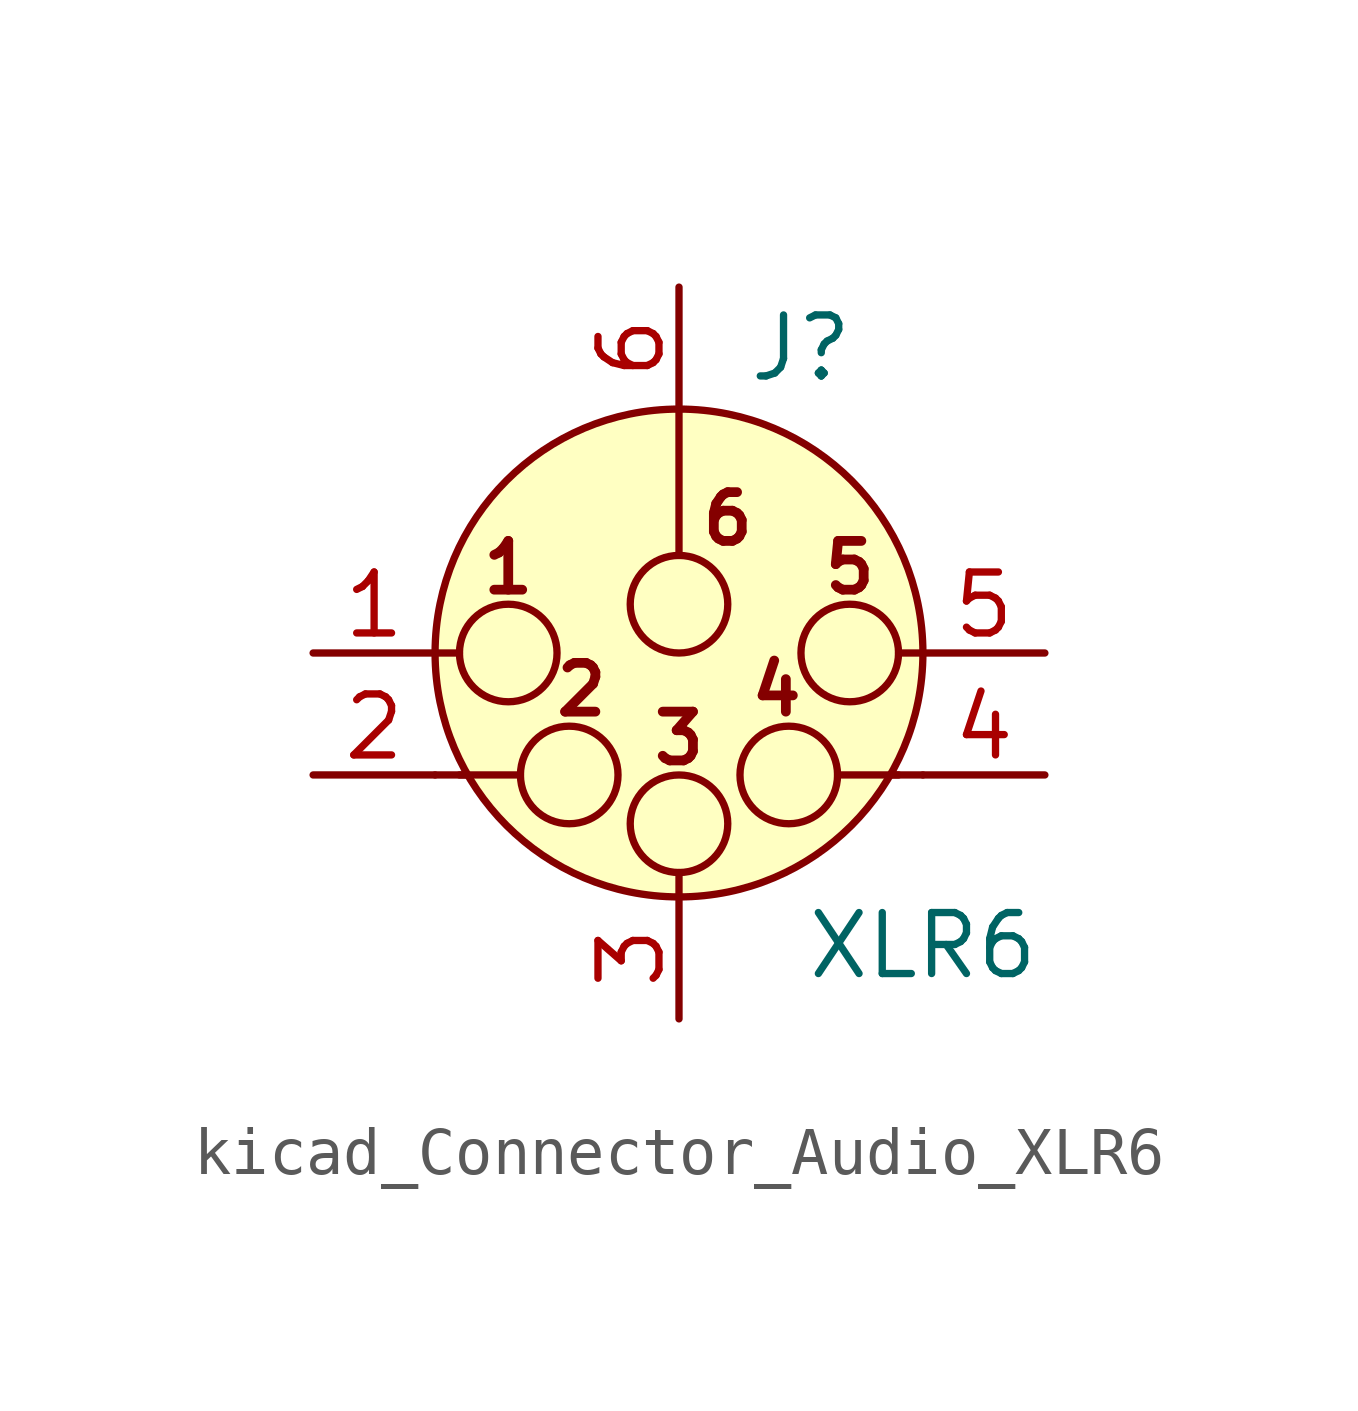
<source format=kicad_sym>
(kicad_symbol_lib
  (version 20220914)
  (generator kicad_symbol_editor)
  (symbol "kicad_Connector_Audio_XLR6"
    (pin_names hide)
    (property "Reference" "J"
      (at 2.54 6.35 0)
      (effects (font (size 1.27 1.27))))
    (property "Value" "XLR6"
      (at 5.08 -6.096 0)
      (effects (font (size 1.27 1.27))))
    (symbol "kicad_Connector_Audio_XLR6_0_1"
      (circle (center -3.556 0) (radius 1.016) (stroke (width 0) (type default)) (fill (type none)))
      (circle (center -2.286 -2.54) (radius 1.016) (stroke (width 0) (type default)) (fill (type none)))
      (circle (center 0 -3.556) (radius 1.016) (stroke (width 0) (type default)) (fill (type none)))
      (polyline (pts (xy -5.08 -2.54) (xy -4.445 -2.54)) (stroke (width 0) (type default)) (fill (type none)))
      (polyline (pts (xy -5.08 0) (xy -4.572 0)) (stroke (width 0) (type default)) (fill (type none)))
      (polyline (pts (xy -4.572 -2.54) (xy -3.302 -2.54)) (stroke (width 0) (type default)) (fill (type none)))
      (polyline (pts (xy 0 -5.08) (xy 0 -4.572)) (stroke (width 0) (type default)) (fill (type none)))
      (polyline (pts (xy 0 5.08) (xy 0 2.032)) (stroke (width 0) (type default)) (fill (type none)))
      (polyline (pts (xy 4.572 -2.54) (xy 3.302 -2.54)) (stroke (width 0) (type default)) (fill (type none)))
      (polyline (pts (xy 5.08 -2.54) (xy 4.445 -2.54)) (stroke (width 0) (type default)) (fill (type none)))
      (polyline (pts (xy 5.08 0) (xy 4.572 0)) (stroke (width 0) (type default)) (fill (type none)))
      (circle (center 0 0) (radius 5.08) (stroke (width 0) (type default)) (fill (type background)))
      (circle (center 0 1.016) (radius 1.016) (stroke (width 0) (type default)) (fill (type none)))
      (circle (center 2.286 -2.54) (radius 1.016) (stroke (width 0) (type default)) (fill (type none)))
      (circle (center 3.556 0) (radius 1.016) (stroke (width 0) (type default)) (fill (type none)))
      (text "1" (at -3.556 1.778 0) (effects (font (size 1.016 1.016) bold)))
      (text "2" (at -2.032 -0.762 0) (effects (font (size 1.016 1.016) bold)))
      (text "3" (at 0 -1.778 0) (effects (font (size 1.016 1.016) bold)))
      (text "4" (at 2.032 -0.762 0) (effects (font (size 1.016 1.016) bold)))
      (text "5" (at 3.556 1.778 0) (effects (font (size 1.016 1.016) bold)))
      (text "6" (at 1.016 2.794 0) (effects (font (size 1.016 1.016) bold))))
    (symbol "kicad_Connector_Audio_XLR6_1_1"
      (pin passive line (at -7.62 0 0) (length 2.54) (name "P1" (effects (font (size 1.27 1.27)))) (number "1" (effects (font (size 1.27 1.27)))))
      (pin passive line (at -7.62 -2.54 0) (length 2.54) (name "P2" (effects (font (size 1.27 1.27)))) (number "2" (effects (font (size 1.27 1.27)))))
      (pin passive line (at 0 -7.62 90) (length 2.54) (name "P3" (effects (font (size 1.27 1.27)))) (number "3" (effects (font (size 1.27 1.27)))))
      (pin passive line (at 7.62 -2.54 180) (length 2.54) (name "P3" (effects (font (size 1.27 1.27)))) (number "4" (effects (font (size 1.27 1.27)))))
      (pin passive line (at 7.62 0 180) (length 2.54) (name "P5" (effects (font (size 1.27 1.27)))) (number "5" (effects (font (size 1.27 1.27)))))
      (pin passive line (at 0 7.62 270) (length 2.54) (name "P6" (effects (font (size 1.27 1.27)))) (number "6" (effects (font (size 1.27 1.27))))))))
</source>
